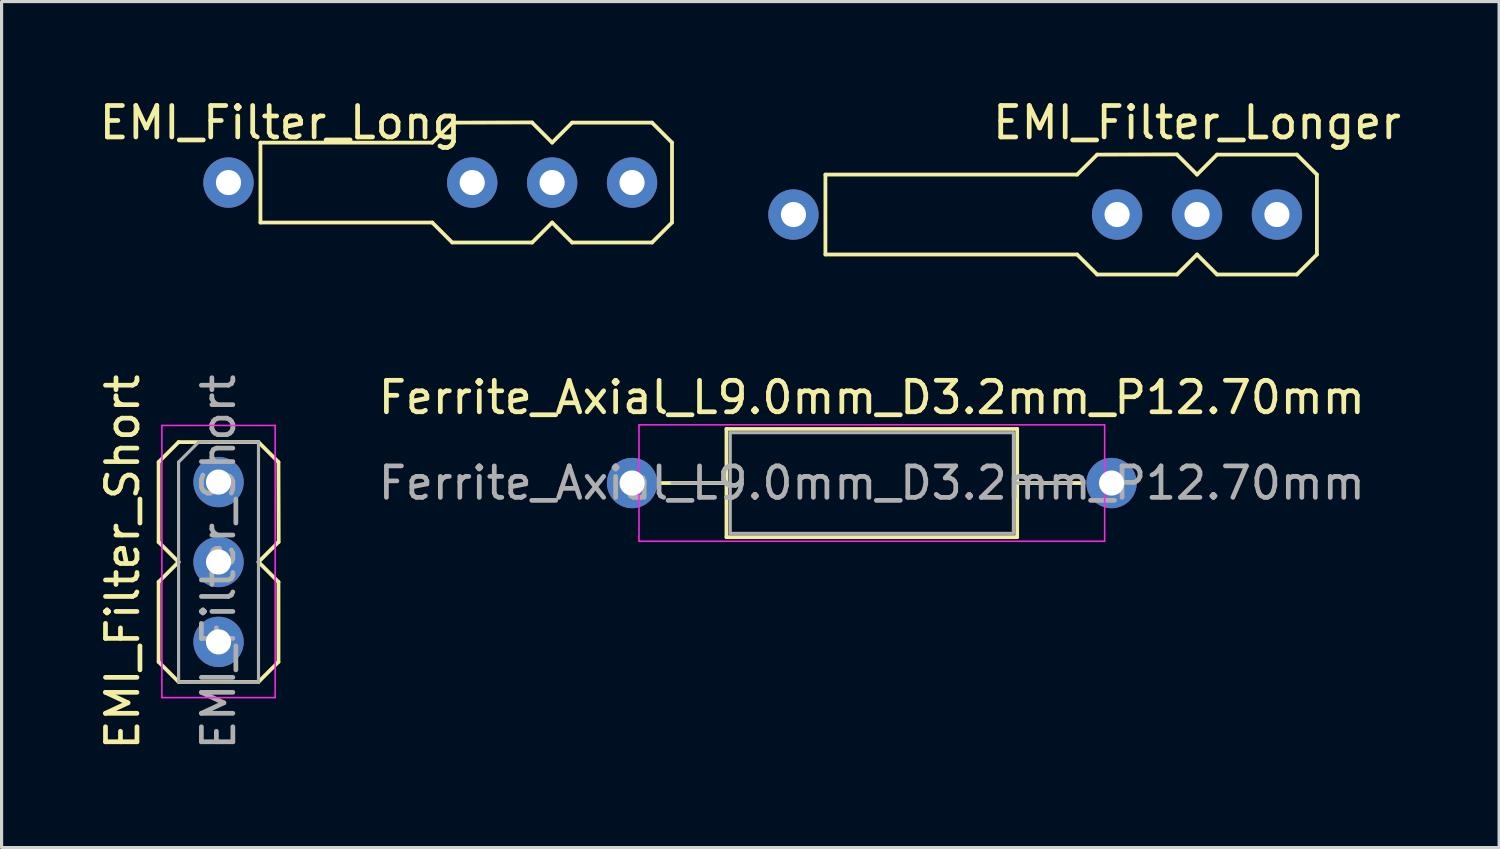
<source format=kicad_pcb>
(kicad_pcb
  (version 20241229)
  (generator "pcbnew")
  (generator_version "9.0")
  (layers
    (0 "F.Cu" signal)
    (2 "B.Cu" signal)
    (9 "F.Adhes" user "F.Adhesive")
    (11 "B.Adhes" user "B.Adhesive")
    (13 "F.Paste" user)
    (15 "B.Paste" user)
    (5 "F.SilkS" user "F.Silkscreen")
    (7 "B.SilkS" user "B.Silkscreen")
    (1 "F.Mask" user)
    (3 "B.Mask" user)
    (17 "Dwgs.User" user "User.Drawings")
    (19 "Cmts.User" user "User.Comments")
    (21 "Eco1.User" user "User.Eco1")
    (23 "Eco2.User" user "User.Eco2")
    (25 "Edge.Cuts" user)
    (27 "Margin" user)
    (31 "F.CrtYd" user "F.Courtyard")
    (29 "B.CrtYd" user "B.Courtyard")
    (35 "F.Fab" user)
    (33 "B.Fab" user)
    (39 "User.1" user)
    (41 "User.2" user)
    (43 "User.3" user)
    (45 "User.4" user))
  (footprint "EMI_Filter_Longer"
    (layer "F.Cu")
    (at 34.996 3.769)
    (property "Reference" "EMI_Filter_Longer" (at 0 -2.921 180) (layer "F.SilkS") (effects (font (size 1 1) (thickness 0.15))))
    (attr through_hole)
    (fp_line (start -11.811 1.27) (end -11.811 -1.27) (stroke (width 0.12) (type solid)) (layer "F.SilkS"))
    (fp_line (start -3.81 -1.27) (end -11.811 -1.27) (stroke (width 0.12) (type solid)) (layer "F.SilkS"))
    (fp_line (start -3.81 1.27) (end -11.811 1.27) (stroke (width 0.12) (type solid)) (layer "F.SilkS"))
    (fp_line (start -3.81 1.27) (end -3.175 1.905) (stroke (width 0.12) (type solid)) (layer "F.SilkS"))
    (fp_line (start -3.175 -1.905) (end -3.81 -1.27) (stroke (width 0.12) (type solid)) (layer "F.SilkS"))
    (fp_line (start -3.175 -1.905) (end -0.635 -1.912) (stroke (width 0.12) (type solid)) (layer "F.SilkS"))
    (fp_line (start -3.175 1.905) (end -0.635 1.905) (stroke (width 0.12) (type solid)) (layer "F.SilkS"))
    (fp_line (start -0.635 -1.905) (end 0 -1.27) (stroke (width 0.12) (type solid)) (layer "F.SilkS"))
    (fp_line (start 0 1.27) (end -0.635 1.905) (stroke (width 0.12) (type solid)) (layer "F.SilkS"))
    (fp_line (start 0 1.27) (end 0.635 1.905) (stroke (width 0.12) (type solid)) (layer "F.SilkS"))
    (fp_line (start 0.635 -1.905) (end 0 -1.27) (stroke (width 0.12) (type solid)) (layer "F.SilkS"))
    (fp_line (start 0.635 -1.905) (end 3.175 -1.905) (stroke (width 0.12) (type solid)) (layer "F.SilkS"))
    (fp_line (start 0.635 1.905) (end 3.175 1.905) (stroke (width 0.12) (type solid)) (layer "F.SilkS"))
    (fp_line (start 3.175 -1.905) (end 3.81 -1.27) (stroke (width 0.12) (type solid)) (layer "F.SilkS"))
    (fp_line (start 3.81 1.27) (end 3.175 1.905) (stroke (width 0.12) (type solid)) (layer "F.SilkS"))
    (fp_line (start 3.81 1.27) (end 3.81 -1.27) (stroke (width 0.12) (type solid)) (layer "F.SilkS"))
    (pad "1" thru_hole circle (at -12.827 0 90) (size 1.6 1.6) (drill 0.8) (layers "*.Cu" "*.Mask"))
    (pad "1" thru_hole circle (at -2.54 0 90) (size 1.6 1.6) (drill 0.8) (layers "*.Cu" "*.Mask"))
    (pad "2" thru_hole circle (at 0 0 90) (size 1.6 1.6) (drill 0.8) (layers "*.Cu" "*.Mask"))
    (pad "3" thru_hole circle (at 2.54 0 90) (size 1.6 1.6) (drill 0.8) (layers "*.Cu" "*.Mask")))
  (footprint "Ferrite_Axial_L9.0mm_D3.2mm_P12.70mm"
    (layer "F.Cu")
    (at 18.31 12.303)
    (property "Reference" "Ferrite_Axial_L9.0mm_D3.2mm_P12.70mm" (at 6.35 -2.72 0) (layer "F.SilkS") (effects (font (size 1 1) (thickness 0.15))))
    (attr through_hole)
    (fp_line (start -0.381 0) (end 1.73 0) (stroke (width 0.12) (type solid)) (layer "F.SilkS"))
    (fp_line (start 1.73 -1.72) (end 1.73 1.72) (stroke (width 0.12) (type solid)) (layer "F.SilkS"))
    (fp_line (start 1.73 1.72) (end 10.97 1.72) (stroke (width 0.12) (type solid)) (layer "F.SilkS"))
    (fp_line (start 10.97 -1.72) (end 1.73 -1.72) (stroke (width 0.12) (type solid)) (layer "F.SilkS"))
    (fp_line (start 10.97 1.72) (end 10.97 -1.72) (stroke (width 0.12) (type solid)) (layer "F.SilkS"))
    (fp_line (start 13.081 0) (end 10.97 0) (stroke (width 0.12) (type solid)) (layer "F.SilkS"))
    (fp_line (start -1.05 -1.85) (end -1.05 1.85) (stroke (width 0.05) (type solid)) (layer "F.CrtYd"))
    (fp_line (start -1.05 1.85) (end 13.75 1.85) (stroke (width 0.05) (type solid)) (layer "F.CrtYd"))
    (fp_line (start 13.75 -1.85) (end -1.05 -1.85) (stroke (width 0.05) (type solid)) (layer "F.CrtYd"))
    (fp_line (start 13.75 1.85) (end 13.75 -1.85) (stroke (width 0.05) (type solid)) (layer "F.CrtYd"))
    (fp_line (start 0 0) (end 1.85 0) (stroke (width 0.1) (type solid)) (layer "F.Fab"))
    (fp_line (start 1.85 -1.6) (end 1.85 1.6) (stroke (width 0.1) (type solid)) (layer "F.Fab"))
    (fp_line (start 1.85 1.6) (end 10.85 1.6) (stroke (width 0.1) (type solid)) (layer "F.Fab"))
    (fp_line (start 10.85 -1.6) (end 1.85 -1.6) (stroke (width 0.1) (type solid)) (layer "F.Fab"))
    (fp_line (start 10.85 1.6) (end 10.85 -1.6) (stroke (width 0.1) (type solid)) (layer "F.Fab"))
    (fp_line (start 12.7 0) (end 10.85 0) (stroke (width 0.1) (type solid)) (layer "F.Fab"))
    (fp_text user "${REFERENCE}" (at 6.35 0 0) (layer "F.Fab") (effects (font (size 1 1) (thickness 0.15))))
    (pad "1" thru_hole circle (at -1.27 0) (size 1.6 1.6) (drill 0.8) (layers "*.Cu" "*.Mask"))
    (pad "2" thru_hole oval (at 13.97 0) (size 1.6 1.6) (drill 0.8) (layers "*.Cu" "*.Mask")))
  (footprint "EMI_Filter_Long"
    (layer "F.Cu")
    (at 14.499 2.753)
    (property "Reference" "EMI_Filter_Long" (at -8.636 -1.905 0) (layer "F.SilkS") (effects (font (size 1 1) (thickness 0.15))))
    (attr through_hole)
    (fp_line (start -9.271 1.27) (end -9.271 -1.27) (stroke (width 0.12) (type solid)) (layer "F.SilkS"))
    (fp_line (start -3.81 -1.27) (end -9.271 -1.27) (stroke (width 0.12) (type solid)) (layer "F.SilkS"))
    (fp_line (start -3.81 1.27) (end -9.271 1.27) (stroke (width 0.12) (type solid)) (layer "F.SilkS"))
    (fp_line (start -3.81 1.27) (end -3.175 1.905) (stroke (width 0.12) (type solid)) (layer "F.SilkS"))
    (fp_line (start -3.175 -1.905) (end -3.81 -1.27) (stroke (width 0.12) (type solid)) (layer "F.SilkS"))
    (fp_line (start -3.175 -1.905) (end -0.635 -1.912) (stroke (width 0.12) (type solid)) (layer "F.SilkS"))
    (fp_line (start -3.175 1.905) (end -0.635 1.905) (stroke (width 0.12) (type solid)) (layer "F.SilkS"))
    (fp_line (start -0.635 -1.905) (end 0 -1.27) (stroke (width 0.12) (type solid)) (layer "F.SilkS"))
    (fp_line (start 0 1.27) (end -0.635 1.905) (stroke (width 0.12) (type solid)) (layer "F.SilkS"))
    (fp_line (start 0 1.27) (end 0.635 1.905) (stroke (width 0.12) (type solid)) (layer "F.SilkS"))
    (fp_line (start 0.635 -1.905) (end 0 -1.27) (stroke (width 0.12) (type solid)) (layer "F.SilkS"))
    (fp_line (start 0.635 -1.905) (end 3.175 -1.905) (stroke (width 0.12) (type solid)) (layer "F.SilkS"))
    (fp_line (start 0.635 1.905) (end 3.175 1.905) (stroke (width 0.12) (type solid)) (layer "F.SilkS"))
    (fp_line (start 3.175 -1.905) (end 3.81 -1.27) (stroke (width 0.12) (type solid)) (layer "F.SilkS"))
    (fp_line (start 3.81 1.27) (end 3.175 1.905) (stroke (width 0.12) (type solid)) (layer "F.SilkS"))
    (fp_line (start 3.81 1.27) (end 3.81 -1.27) (stroke (width 0.12) (type solid)) (layer "F.SilkS"))
    (pad "1" thru_hole circle (at -10.287 0 90) (size 1.6 1.6) (drill 0.8) (layers "*.Cu" "*.Mask"))
    (pad "1" thru_hole circle (at -2.54 0 90) (size 1.6 1.6) (drill 0.8) (layers "*.Cu" "*.Mask"))
    (pad "2" thru_hole circle (at 0 0 90) (size 1.6 1.6) (drill 0.8) (layers "*.Cu" "*.Mask"))
    (pad "3" thru_hole circle (at 2.54 0 90) (size 1.6 1.6) (drill 0.8) (layers "*.Cu" "*.Mask")))
  (footprint "EMI_Filter_Short"
    (layer "F.Cu")
    (at 3.896 12.272)
    (property "Reference" "EMI_Filter_Short" (at -3.048 2.54 90) (layer "F.SilkS") (effects (font (size 1 1) (thickness 0.15))))
    (attr through_hole)
    (fp_line (start -1.905 -0.635) (end -1.905 1.905) (stroke (width 0.12) (type solid)) (layer "F.SilkS"))
    (fp_line (start -1.905 3.175) (end -1.905 5.715) (stroke (width 0.12) (type solid)) (layer "F.SilkS"))
    (fp_line (start -1.27 -1.27) (end -1.905 -0.635) (stroke (width 0.12) (type solid)) (layer "F.SilkS"))
    (fp_line (start -1.27 -1.27) (end 1.27 -1.27) (stroke (width 0.12) (type solid)) (layer "F.SilkS"))
    (fp_line (start -1.27 2.54) (end -1.905 1.905) (stroke (width 0.12) (type solid)) (layer "F.SilkS"))
    (fp_line (start -1.27 2.54) (end -1.905 3.175) (stroke (width 0.12) (type solid)) (layer "F.SilkS"))
    (fp_line (start -1.27 6.35) (end -1.905 5.715) (stroke (width 0.12) (type solid)) (layer "F.SilkS"))
    (fp_line (start -1.27 6.35) (end 1.27 6.35) (stroke (width 0.12) (type solid)) (layer "F.SilkS"))
    (fp_line (start 1.905 -0.635) (end 1.27 -1.27) (stroke (width 0.12) (type solid)) (layer "F.SilkS"))
    (fp_line (start 1.905 -0.635) (end 1.912 1.905) (stroke (width 0.12) (type solid)) (layer "F.SilkS"))
    (fp_line (start 1.905 1.905) (end 1.27 2.54) (stroke (width 0.12) (type solid)) (layer "F.SilkS"))
    (fp_line (start 1.905 3.175) (end 1.27 2.54) (stroke (width 0.12) (type solid)) (layer "F.SilkS"))
    (fp_line (start 1.905 3.175) (end 1.905 5.715) (stroke (width 0.12) (type solid)) (layer "F.SilkS"))
    (fp_line (start 1.905 5.715) (end 1.27 6.35) (stroke (width 0.12) (type solid)) (layer "F.SilkS"))
    (fp_line (start -1.8 -1.8) (end -1.8 6.85) (stroke (width 0.05) (type solid)) (layer "F.CrtYd"))
    (fp_line (start -1.8 6.85) (end 1.8 6.85) (stroke (width 0.05) (type solid)) (layer "F.CrtYd"))
    (fp_line (start 1.8 -1.8) (end -1.8 -1.8) (stroke (width 0.05) (type solid)) (layer "F.CrtYd"))
    (fp_line (start 1.8 6.85) (end 1.8 -1.8) (stroke (width 0.05) (type solid)) (layer "F.CrtYd"))
    (fp_line (start -1.27 -0.635) (end -0.635 -1.27) (stroke (width 0.1) (type solid)) (layer "F.Fab"))
    (fp_line (start -1.27 6.35) (end -1.27 -0.635) (stroke (width 0.1) (type solid)) (layer "F.Fab"))
    (fp_line (start -0.635 -1.27) (end 1.27 -1.27) (stroke (width 0.1) (type solid)) (layer "F.Fab"))
    (fp_line (start 1.27 -1.27) (end 1.27 6.35) (stroke (width 0.1) (type solid)) (layer "F.Fab"))
    (fp_line (start 1.27 6.35) (end -1.27 6.35) (stroke (width 0.1) (type solid)) (layer "F.Fab"))
    (fp_text user "${REFERENCE}" (at 0 2.54 90) (layer "F.Fab") (effects (font (size 1 1) (thickness 0.15))))
    (pad "1" thru_hole circle (at 0 0) (size 1.6 1.6) (drill 0.8) (layers "*.Cu" "*.Mask"))
    (pad "2" thru_hole circle (at 0 2.54) (size 1.6 1.6) (drill 0.8) (layers "*.Cu" "*.Mask"))
    (pad "3" thru_hole circle (at 0 5.08) (size 1.6 1.6) (drill 0.8) (layers "*.Cu" "*.Mask")))
  (gr_rect
    (start -3 -3)
    (end 44.597 23.889)
    (stroke (width 0.1) (type default))
    (fill no)
    (layer "Edge.Cuts")))
</source>
